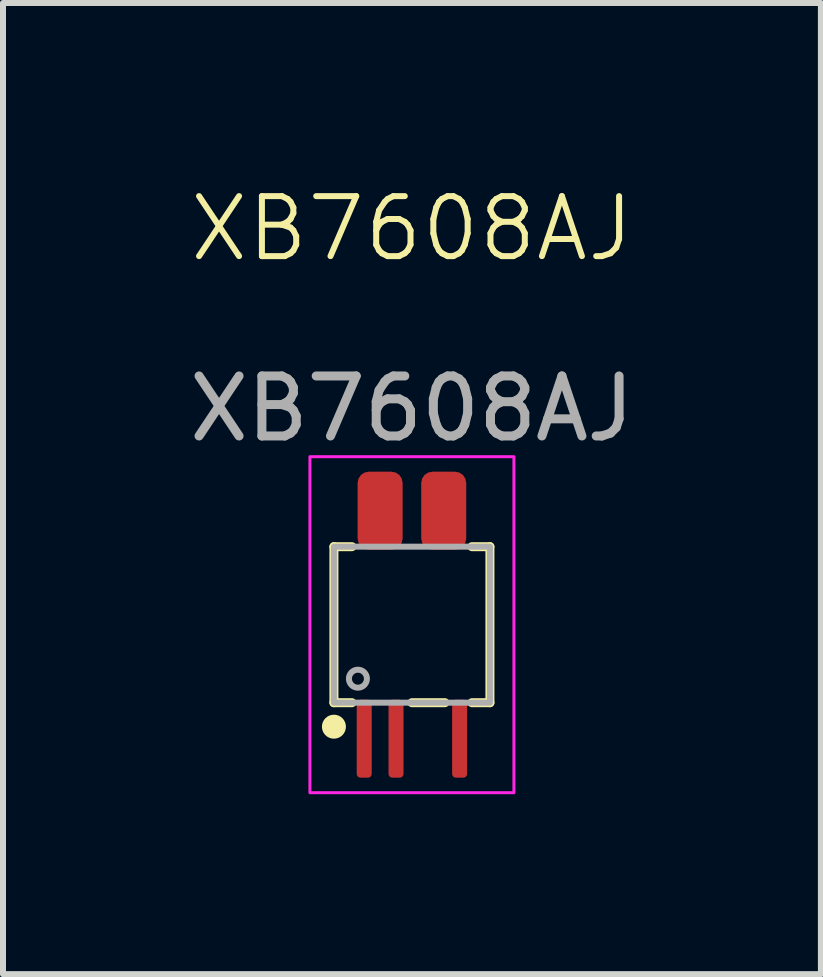
<source format=kicad_pcb>
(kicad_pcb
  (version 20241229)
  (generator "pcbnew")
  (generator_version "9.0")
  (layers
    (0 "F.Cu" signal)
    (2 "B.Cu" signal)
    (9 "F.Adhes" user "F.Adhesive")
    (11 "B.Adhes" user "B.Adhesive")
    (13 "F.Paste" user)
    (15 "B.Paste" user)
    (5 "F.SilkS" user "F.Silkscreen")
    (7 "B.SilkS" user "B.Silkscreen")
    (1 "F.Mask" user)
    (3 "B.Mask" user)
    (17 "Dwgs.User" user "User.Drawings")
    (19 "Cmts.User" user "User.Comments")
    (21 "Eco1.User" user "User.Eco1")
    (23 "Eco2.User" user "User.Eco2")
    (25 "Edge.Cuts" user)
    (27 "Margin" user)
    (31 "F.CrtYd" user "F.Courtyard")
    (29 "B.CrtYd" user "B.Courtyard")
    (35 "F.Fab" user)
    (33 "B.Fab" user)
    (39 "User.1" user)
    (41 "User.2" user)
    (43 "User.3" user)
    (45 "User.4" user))
  (footprint "XB7608AJ"
    (layer "F.Cu")
    (at 3.815 7.361)
    (property "Reference" "XB7608AJ" (at 0 -6.6 0) (unlocked yes) (layer "F.SilkS") (effects (font (size 1 1) (thickness 0.1))))
    (attr smd)
    (fp_line (start -1.3 -1.3) (end -1.3 1.3) (stroke (width 0.15) (type default)) (layer "F.SilkS"))
    (fp_line (start -1.3 1.3) (end -1 1.3) (stroke (width 0.15) (type default)) (layer "F.SilkS"))
    (fp_line (start -1 -1.3) (end -1.3 -1.3) (stroke (width 0.15) (type default)) (layer "F.SilkS"))
    (fp_line (start 0.55 1.3) (end 0 1.3) (stroke (width 0.15) (type default)) (layer "F.SilkS"))
    (fp_line (start 1 -1.3) (end 1.3 -1.3) (stroke (width 0.15) (type default)) (layer "F.SilkS"))
    (fp_line (start 1.3 -1.3) (end 1.3 1.3) (stroke (width 0.15) (type default)) (layer "F.SilkS"))
    (fp_line (start 1.3 1.3) (end 1 1.3) (stroke (width 0.15) (type default)) (layer "F.SilkS"))
    (fp_circle (center -1.3 1.7) (end -1.15 1.7) (stroke (width 0.1) (type solid)) (fill yes) (layer "F.SilkS"))
    (fp_rect (start -1.7 -2.8) (end 1.7 2.8) (stroke (width 0.05) (type default)) (fill no) (layer "F.CrtYd"))
    (fp_rect (start -1.3 -1.3) (end 1.3 1.3) (stroke (width 0.1) (type default)) (fill no) (layer "F.Fab"))
    (fp_circle (center -0.9 0.9) (end -0.75 0.9) (stroke (width 0.1) (type solid)) (fill no) (layer "F.Fab"))
    (fp_text user "${REFERENCE}" (at 0 -3.6 0) (unlocked yes) (layer "F.Fab") (effects (font (size 1 1) (thickness 0.15))))
    (pad "1" smd roundrect (at -0.795 1.9 90) (size 1.3 0.25) (layers "F.Cu" "F.Mask" "F.Paste") (roundrect_rratio 0.25))
    (pad "2" smd roundrect (at -0.265 1.9 90) (size 1.3 0.25) (layers "F.Cu" "F.Mask" "F.Paste") (roundrect_rratio 0.25))
    (pad "3" smd roundrect (at 0.795 1.9 90) (size 1.3 0.25) (layers "F.Cu" "F.Mask" "F.Paste") (roundrect_rratio 0.25))
    (pad "4" smd roundrect (at 0.53 -1.9 90) (size 1.3 0.75) (layers "F.Cu" "F.Mask" "F.Paste") (roundrect_rratio 0.25))
    (pad "5" smd roundrect (at -0.53 -1.9 90) (size 1.3 0.75) (layers "F.Cu" "F.Mask" "F.Paste") (roundrect_rratio 0.25)))
  (gr_rect
    (start -3 -3)
    (end 10.631 13.185)
    (stroke (width 0.1) (type default))
    (fill no)
    (layer "Edge.Cuts")))
</source>
